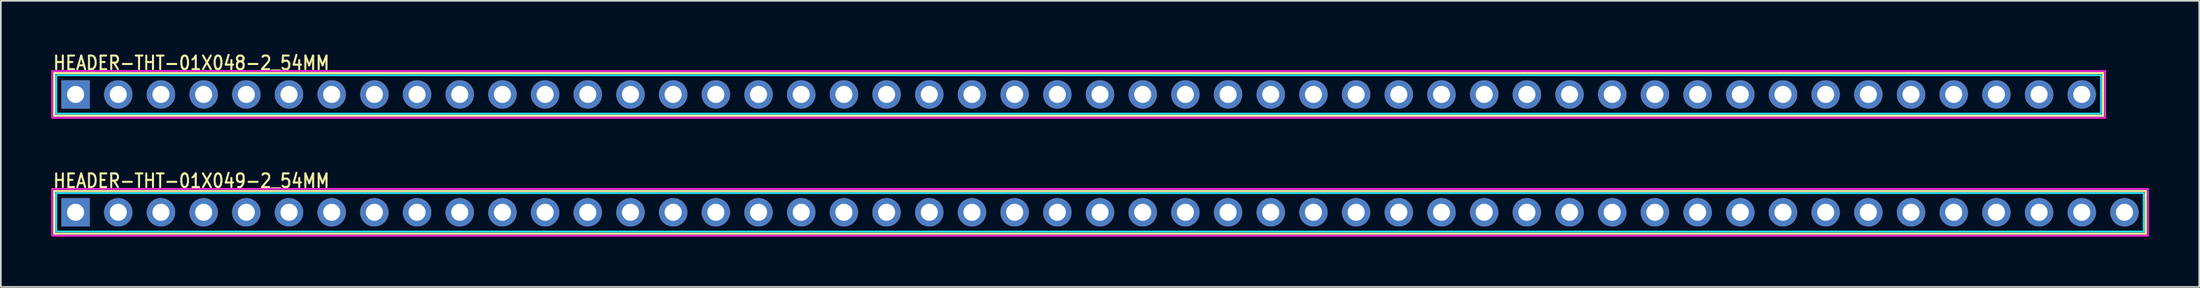
<source format=kicad_pcb>
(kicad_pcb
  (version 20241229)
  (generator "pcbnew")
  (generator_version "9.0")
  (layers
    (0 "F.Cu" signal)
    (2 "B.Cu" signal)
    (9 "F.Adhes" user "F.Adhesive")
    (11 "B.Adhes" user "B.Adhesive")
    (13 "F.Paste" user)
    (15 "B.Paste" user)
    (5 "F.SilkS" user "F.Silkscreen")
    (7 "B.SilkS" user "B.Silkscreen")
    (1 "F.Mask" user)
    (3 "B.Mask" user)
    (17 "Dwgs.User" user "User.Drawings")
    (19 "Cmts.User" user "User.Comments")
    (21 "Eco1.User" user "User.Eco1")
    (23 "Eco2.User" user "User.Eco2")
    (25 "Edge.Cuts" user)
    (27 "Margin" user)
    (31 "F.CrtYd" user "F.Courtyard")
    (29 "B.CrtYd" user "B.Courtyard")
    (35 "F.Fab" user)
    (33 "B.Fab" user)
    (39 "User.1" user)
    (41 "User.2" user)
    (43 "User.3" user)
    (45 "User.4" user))
  (footprint "HEADER-THT-01X048-2_54MM"
    (layer "F.Cu")
    (at 1.447 2.579)
    (property "Reference" "HEADER-THT-01X048-2_54MM" (at -1.4 -1.4 0) (unlocked yes) (layer "F.SilkS") (effects (font (size 0.813 0.695) (thickness 0.122)) (justify left bottom)))
    (fp_line (start -1.27 -1.27) (end -1.27 1.27) (stroke (width 0.127) (type solid)) (layer "F.SilkS"))
    (fp_line (start -1.27 1.27) (end 120.65 1.27) (stroke (width 0.127) (type solid)) (layer "F.SilkS"))
    (fp_line (start 120.65 -1.27) (end -1.27 -1.27) (stroke (width 0.127) (type solid)) (layer "F.SilkS"))
    (fp_line (start 120.65 1.27) (end 120.65 -1.27) (stroke (width 0.127) (type solid)) (layer "F.SilkS"))
    (fp_poly (pts (xy -1.143 -1.143) (xy 120.523 -1.143) (xy 120.523 1.143) (xy -1.143 1.143)) (stroke (width 0.1) (type solid)) (fill no) (layer "B.CrtYd"))
    (fp_poly (pts (xy -1.397 -1.397) (xy 120.777 -1.397) (xy 120.777 1.397) (xy -1.397 1.397)) (stroke (width 0.1) (type solid)) (fill no) (layer "F.CrtYd"))
    (pad "1" thru_hole rect (at 0 0) (size 1.693 1.693) (drill 1.016) (layers "*.Cu" "*.Mask"))
    (pad "2" thru_hole oval (at 2.54 0) (size 1.693 1.693) (drill 1.016) (layers "*.Cu" "*.Mask"))
    (pad "3" thru_hole oval (at 5.08 0) (size 1.693 1.693) (drill 1.016) (layers "*.Cu" "*.Mask"))
    (pad "4" thru_hole oval (at 7.62 0) (size 1.693 1.693) (drill 1.016) (layers "*.Cu" "*.Mask"))
    (pad "5" thru_hole oval (at 10.16 0) (size 1.693 1.693) (drill 1.016) (layers "*.Cu" "*.Mask"))
    (pad "6" thru_hole oval (at 12.7 0) (size 1.693 1.693) (drill 1.016) (layers "*.Cu" "*.Mask"))
    (pad "7" thru_hole oval (at 15.24 0) (size 1.693 1.693) (drill 1.016) (layers "*.Cu" "*.Mask"))
    (pad "8" thru_hole oval (at 17.78 0) (size 1.693 1.693) (drill 1.016) (layers "*.Cu" "*.Mask"))
    (pad "9" thru_hole oval (at 20.32 0) (size 1.693 1.693) (drill 1.016) (layers "*.Cu" "*.Mask"))
    (pad "10" thru_hole oval (at 22.86 0) (size 1.693 1.693) (drill 1.016) (layers "*.Cu" "*.Mask"))
    (pad "11" thru_hole oval (at 25.4 0) (size 1.693 1.693) (drill 1.016) (layers "*.Cu" "*.Mask"))
    (pad "12" thru_hole oval (at 27.94 0) (size 1.693 1.693) (drill 1.016) (layers "*.Cu" "*.Mask"))
    (pad "13" thru_hole oval (at 30.48 0) (size 1.693 1.693) (drill 1.016) (layers "*.Cu" "*.Mask"))
    (pad "14" thru_hole oval (at 33.02 0) (size 1.693 1.693) (drill 1.016) (layers "*.Cu" "*.Mask"))
    (pad "15" thru_hole oval (at 35.56 0) (size 1.693 1.693) (drill 1.016) (layers "*.Cu" "*.Mask"))
    (pad "16" thru_hole oval (at 38.1 0) (size 1.693 1.693) (drill 1.016) (layers "*.Cu" "*.Mask"))
    (pad "17" thru_hole oval (at 40.64 0) (size 1.693 1.693) (drill 1.016) (layers "*.Cu" "*.Mask"))
    (pad "18" thru_hole oval (at 43.18 0) (size 1.693 1.693) (drill 1.016) (layers "*.Cu" "*.Mask"))
    (pad "19" thru_hole oval (at 45.72 0) (size 1.693 1.693) (drill 1.016) (layers "*.Cu" "*.Mask"))
    (pad "20" thru_hole oval (at 48.26 0) (size 1.693 1.693) (drill 1.016) (layers "*.Cu" "*.Mask"))
    (pad "21" thru_hole oval (at 50.8 0) (size 1.693 1.693) (drill 1.016) (layers "*.Cu" "*.Mask"))
    (pad "22" thru_hole oval (at 53.34 0) (size 1.693 1.693) (drill 1.016) (layers "*.Cu" "*.Mask"))
    (pad "23" thru_hole oval (at 55.88 0) (size 1.693 1.693) (drill 1.016) (layers "*.Cu" "*.Mask"))
    (pad "24" thru_hole oval (at 58.42 0) (size 1.693 1.693) (drill 1.016) (layers "*.Cu" "*.Mask"))
    (pad "25" thru_hole oval (at 60.96 0) (size 1.693 1.693) (drill 1.016) (layers "*.Cu" "*.Mask"))
    (pad "26" thru_hole oval (at 63.5 0) (size 1.693 1.693) (drill 1.016) (layers "*.Cu" "*.Mask"))
    (pad "27" thru_hole oval (at 66.04 0) (size 1.693 1.693) (drill 1.016) (layers "*.Cu" "*.Mask"))
    (pad "28" thru_hole oval (at 68.58 0) (size 1.693 1.693) (drill 1.016) (layers "*.Cu" "*.Mask"))
    (pad "29" thru_hole oval (at 71.12 0) (size 1.693 1.693) (drill 1.016) (layers "*.Cu" "*.Mask"))
    (pad "30" thru_hole oval (at 73.66 0) (size 1.693 1.693) (drill 1.016) (layers "*.Cu" "*.Mask"))
    (pad "31" thru_hole oval (at 76.2 0) (size 1.693 1.693) (drill 1.016) (layers "*.Cu" "*.Mask"))
    (pad "32" thru_hole oval (at 78.74 0) (size 1.693 1.693) (drill 1.016) (layers "*.Cu" "*.Mask"))
    (pad "33" thru_hole oval (at 81.28 0) (size 1.693 1.693) (drill 1.016) (layers "*.Cu" "*.Mask"))
    (pad "34" thru_hole oval (at 83.82 0) (size 1.693 1.693) (drill 1.016) (layers "*.Cu" "*.Mask"))
    (pad "35" thru_hole oval (at 86.36 0) (size 1.693 1.693) (drill 1.016) (layers "*.Cu" "*.Mask"))
    (pad "36" thru_hole oval (at 88.9 0) (size 1.693 1.693) (drill 1.016) (layers "*.Cu" "*.Mask"))
    (pad "37" thru_hole oval (at 91.44 0) (size 1.693 1.693) (drill 1.016) (layers "*.Cu" "*.Mask"))
    (pad "38" thru_hole oval (at 93.98 0) (size 1.693 1.693) (drill 1.016) (layers "*.Cu" "*.Mask"))
    (pad "39" thru_hole oval (at 96.52 0) (size 1.693 1.693) (drill 1.016) (layers "*.Cu" "*.Mask"))
    (pad "40" thru_hole oval (at 99.06 0) (size 1.693 1.693) (drill 1.016) (layers "*.Cu" "*.Mask"))
    (pad "41" thru_hole oval (at 101.6 0) (size 1.693 1.693) (drill 1.016) (layers "*.Cu" "*.Mask"))
    (pad "42" thru_hole oval (at 104.14 0) (size 1.693 1.693) (drill 1.016) (layers "*.Cu" "*.Mask"))
    (pad "43" thru_hole oval (at 106.68 0) (size 1.693 1.693) (drill 1.016) (layers "*.Cu" "*.Mask"))
    (pad "44" thru_hole oval (at 109.22 0) (size 1.693 1.693) (drill 1.016) (layers "*.Cu" "*.Mask"))
    (pad "45" thru_hole oval (at 111.76 0) (size 1.693 1.693) (drill 1.016) (layers "*.Cu" "*.Mask"))
    (pad "46" thru_hole oval (at 114.3 0) (size 1.693 1.693) (drill 1.016) (layers "*.Cu" "*.Mask"))
    (pad "47" thru_hole oval (at 116.84 0) (size 1.693 1.693) (drill 1.016) (layers "*.Cu" "*.Mask"))
    (pad "48" thru_hole oval (at 119.38 0) (size 1.693 1.693) (drill 1.016) (layers "*.Cu" "*.Mask")))
  (footprint "HEADER-THT-01X049-2_54MM"
    (layer "F.Cu")
    (at 1.447 9.604)
    (property "Reference" "HEADER-THT-01X049-2_54MM" (at -1.4 -1.4 0) (unlocked yes) (layer "F.SilkS") (effects (font (size 0.813 0.695) (thickness 0.122)) (justify left bottom)))
    (fp_line (start -1.27 -1.27) (end -1.27 1.27) (stroke (width 0.127) (type solid)) (layer "F.SilkS"))
    (fp_line (start -1.27 1.27) (end 123.19 1.27) (stroke (width 0.127) (type solid)) (layer "F.SilkS"))
    (fp_line (start 123.19 -1.27) (end -1.27 -1.27) (stroke (width 0.127) (type solid)) (layer "F.SilkS"))
    (fp_line (start 123.19 1.27) (end 123.19 -1.27) (stroke (width 0.127) (type solid)) (layer "F.SilkS"))
    (fp_poly (pts (xy -1.143 -1.143) (xy 123.063 -1.143) (xy 123.063 1.143) (xy -1.143 1.143)) (stroke (width 0.1) (type solid)) (fill no) (layer "B.CrtYd"))
    (fp_poly (pts (xy -1.397 -1.397) (xy 123.317 -1.397) (xy 123.317 1.397) (xy -1.397 1.397)) (stroke (width 0.1) (type solid)) (fill no) (layer "F.CrtYd"))
    (pad "P$1" thru_hole rect (at 0 0) (size 1.693 1.693) (drill 1.016) (layers "*.Cu" "*.Mask"))
    (pad "P$2" thru_hole oval (at 2.54 0) (size 1.693 1.693) (drill 1.016) (layers "*.Cu" "*.Mask"))
    (pad "P$3" thru_hole oval (at 5.08 0) (size 1.693 1.693) (drill 1.016) (layers "*.Cu" "*.Mask"))
    (pad "P$4" thru_hole oval (at 7.62 0) (size 1.693 1.693) (drill 1.016) (layers "*.Cu" "*.Mask"))
    (pad "P$5" thru_hole oval (at 10.16 0) (size 1.693 1.693) (drill 1.016) (layers "*.Cu" "*.Mask"))
    (pad "P$6" thru_hole oval (at 12.7 0) (size 1.693 1.693) (drill 1.016) (layers "*.Cu" "*.Mask"))
    (pad "P$7" thru_hole oval (at 15.24 0) (size 1.693 1.693) (drill 1.016) (layers "*.Cu" "*.Mask"))
    (pad "P$8" thru_hole oval (at 17.78 0) (size 1.693 1.693) (drill 1.016) (layers "*.Cu" "*.Mask"))
    (pad "P$9" thru_hole oval (at 20.32 0) (size 1.693 1.693) (drill 1.016) (layers "*.Cu" "*.Mask"))
    (pad "P$10" thru_hole oval (at 22.86 0) (size 1.693 1.693) (drill 1.016) (layers "*.Cu" "*.Mask"))
    (pad "P$11" thru_hole oval (at 25.4 0) (size 1.693 1.693) (drill 1.016) (layers "*.Cu" "*.Mask"))
    (pad "P$12" thru_hole oval (at 27.94 0) (size 1.693 1.693) (drill 1.016) (layers "*.Cu" "*.Mask"))
    (pad "P$13" thru_hole oval (at 30.48 0) (size 1.693 1.693) (drill 1.016) (layers "*.Cu" "*.Mask"))
    (pad "P$14" thru_hole oval (at 33.02 0) (size 1.693 1.693) (drill 1.016) (layers "*.Cu" "*.Mask"))
    (pad "P$15" thru_hole oval (at 35.56 0) (size 1.693 1.693) (drill 1.016) (layers "*.Cu" "*.Mask"))
    (pad "P$16" thru_hole oval (at 38.1 0) (size 1.693 1.693) (drill 1.016) (layers "*.Cu" "*.Mask"))
    (pad "P$17" thru_hole oval (at 40.64 0) (size 1.693 1.693) (drill 1.016) (layers "*.Cu" "*.Mask"))
    (pad "P$18" thru_hole oval (at 43.18 0) (size 1.693 1.693) (drill 1.016) (layers "*.Cu" "*.Mask"))
    (pad "P$19" thru_hole oval (at 45.72 0) (size 1.693 1.693) (drill 1.016) (layers "*.Cu" "*.Mask"))
    (pad "P$20" thru_hole oval (at 48.26 0) (size 1.693 1.693) (drill 1.016) (layers "*.Cu" "*.Mask"))
    (pad "P$21" thru_hole oval (at 50.8 0) (size 1.693 1.693) (drill 1.016) (layers "*.Cu" "*.Mask"))
    (pad "P$22" thru_hole oval (at 53.34 0) (size 1.693 1.693) (drill 1.016) (layers "*.Cu" "*.Mask"))
    (pad "P$23" thru_hole oval (at 55.88 0) (size 1.693 1.693) (drill 1.016) (layers "*.Cu" "*.Mask"))
    (pad "P$24" thru_hole oval (at 58.42 0) (size 1.693 1.693) (drill 1.016) (layers "*.Cu" "*.Mask"))
    (pad "P$25" thru_hole oval (at 60.96 0) (size 1.693 1.693) (drill 1.016) (layers "*.Cu" "*.Mask"))
    (pad "P$26" thru_hole oval (at 63.5 0) (size 1.693 1.693) (drill 1.016) (layers "*.Cu" "*.Mask"))
    (pad "P$27" thru_hole oval (at 66.04 0) (size 1.693 1.693) (drill 1.016) (layers "*.Cu" "*.Mask"))
    (pad "P$28" thru_hole oval (at 68.58 0) (size 1.693 1.693) (drill 1.016) (layers "*.Cu" "*.Mask"))
    (pad "P$29" thru_hole oval (at 71.12 0) (size 1.693 1.693) (drill 1.016) (layers "*.Cu" "*.Mask"))
    (pad "P$30" thru_hole oval (at 73.66 0) (size 1.693 1.693) (drill 1.016) (layers "*.Cu" "*.Mask"))
    (pad "P$31" thru_hole oval (at 76.2 0) (size 1.693 1.693) (drill 1.016) (layers "*.Cu" "*.Mask"))
    (pad "P$32" thru_hole oval (at 78.74 0) (size 1.693 1.693) (drill 1.016) (layers "*.Cu" "*.Mask"))
    (pad "P$33" thru_hole oval (at 81.28 0) (size 1.693 1.693) (drill 1.016) (layers "*.Cu" "*.Mask"))
    (pad "P$34" thru_hole oval (at 83.82 0) (size 1.693 1.693) (drill 1.016) (layers "*.Cu" "*.Mask"))
    (pad "P$35" thru_hole oval (at 86.36 0) (size 1.693 1.693) (drill 1.016) (layers "*.Cu" "*.Mask"))
    (pad "P$36" thru_hole oval (at 88.9 0) (size 1.693 1.693) (drill 1.016) (layers "*.Cu" "*.Mask"))
    (pad "P$37" thru_hole oval (at 91.44 0) (size 1.693 1.693) (drill 1.016) (layers "*.Cu" "*.Mask"))
    (pad "P$38" thru_hole oval (at 93.98 0) (size 1.693 1.693) (drill 1.016) (layers "*.Cu" "*.Mask"))
    (pad "P$39" thru_hole oval (at 96.52 0) (size 1.693 1.693) (drill 1.016) (layers "*.Cu" "*.Mask"))
    (pad "P$40" thru_hole oval (at 99.06 0) (size 1.693 1.693) (drill 1.016) (layers "*.Cu" "*.Mask"))
    (pad "P$41" thru_hole oval (at 101.6 0) (size 1.693 1.693) (drill 1.016) (layers "*.Cu" "*.Mask"))
    (pad "P$42" thru_hole oval (at 104.14 0) (size 1.693 1.693) (drill 1.016) (layers "*.Cu" "*.Mask"))
    (pad "P$43" thru_hole oval (at 106.68 0) (size 1.693 1.693) (drill 1.016) (layers "*.Cu" "*.Mask"))
    (pad "P$44" thru_hole oval (at 109.22 0) (size 1.693 1.693) (drill 1.016) (layers "*.Cu" "*.Mask"))
    (pad "P$45" thru_hole oval (at 111.76 0) (size 1.693 1.693) (drill 1.016) (layers "*.Cu" "*.Mask"))
    (pad "P$46" thru_hole oval (at 114.3 0) (size 1.693 1.693) (drill 1.016) (layers "*.Cu" "*.Mask"))
    (pad "P$47" thru_hole oval (at 116.84 0) (size 1.693 1.693) (drill 1.016) (layers "*.Cu" "*.Mask"))
    (pad "P$48" thru_hole oval (at 119.38 0) (size 1.693 1.693) (drill 1.016) (layers "*.Cu" "*.Mask"))
    (pad "P$49" thru_hole oval (at 121.92 0) (size 1.693 1.693) (drill 1.016) (layers "*.Cu" "*.Mask")))
  (gr_rect
    (start -3 -3)
    (end 127.814 14.051)
    (stroke (width 0.1) (type default))
    (fill no)
    (layer "Edge.Cuts")))
</source>
